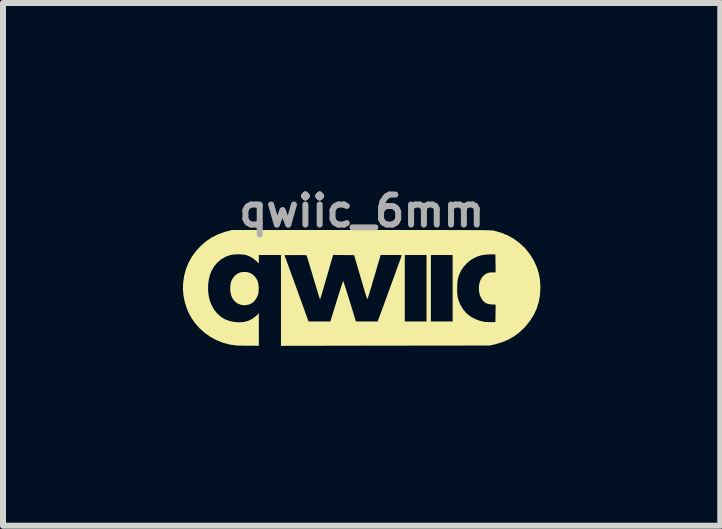
<source format=kicad_pcb>
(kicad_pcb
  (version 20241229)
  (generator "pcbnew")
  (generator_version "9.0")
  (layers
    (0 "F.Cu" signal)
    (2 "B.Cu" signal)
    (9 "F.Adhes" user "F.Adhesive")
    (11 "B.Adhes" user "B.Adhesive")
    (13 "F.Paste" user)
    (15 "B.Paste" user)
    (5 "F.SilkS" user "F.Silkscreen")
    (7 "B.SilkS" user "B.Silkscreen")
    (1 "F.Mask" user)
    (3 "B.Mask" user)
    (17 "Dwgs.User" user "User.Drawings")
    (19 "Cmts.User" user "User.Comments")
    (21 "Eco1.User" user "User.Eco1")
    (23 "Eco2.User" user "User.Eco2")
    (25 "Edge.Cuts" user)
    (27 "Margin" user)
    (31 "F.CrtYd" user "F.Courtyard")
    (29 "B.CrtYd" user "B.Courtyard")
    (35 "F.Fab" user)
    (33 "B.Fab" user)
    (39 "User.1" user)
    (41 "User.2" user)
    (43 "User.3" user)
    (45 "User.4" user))
  (footprint "qwiic_6mm"
    (layer "F.Cu")
    (at 2.983 1.738)
    (property "Reference" "qwiic_6mm" (at 0 -1.27 0) (layer "F.Fab") (effects (font (size 0.5 0.5) (thickness 0.1))))
    (attr board_only exclude_from_pos_files exclude_from_bom)
    (fp_poly (pts (xy -1.903 -0.249) (xy -1.857 -0.234) (xy -1.815 -0.207) (xy -1.804 -0.198) (xy -1.767 -0.156) (xy -1.74 -0.109) (xy -1.724 -0.054) (xy -1.718 0.009) (xy -1.719 0.049) (xy -1.722 0.083) (xy -1.725 0.109) (xy -1.732 0.132) (xy -1.743 0.157) (xy -1.751 0.173) (xy -1.782 0.222) (xy -1.819 0.259) (xy -1.864 0.284) (xy -1.917 0.298) (xy -1.945 0.301) (xy -1.975 0.301) (xy -2.006 0.297) (xy -2.015 0.295) (xy -2.071 0.273) (xy -2.116 0.24) (xy -2.151 0.197) (xy -2.176 0.144) (xy -2.191 0.081) (xy -2.194 0.047) (xy -2.193 -0.023) (xy -2.182 -0.083) (xy -2.159 -0.135) (xy -2.126 -0.181) (xy -2.107 -0.199) (xy -2.066 -0.229) (xy -2.021 -0.247) (xy -1.968 -0.253) (xy -1.957 -0.254)) (stroke (width 0) (type solid)) (fill yes) (layer "F.SilkS"))
    (fp_poly (pts (xy 0.206 -0.953) (xy 0.402 -0.953) (xy 0.584 -0.953) (xy 0.753 -0.953) (xy 0.91 -0.953) (xy 1.055 -0.953) (xy 1.188 -0.953) (xy 1.31 -0.953) (xy 1.422 -0.952) (xy 1.524 -0.952) (xy 1.616 -0.952) (xy 1.699 -0.952) (xy 1.774 -0.952) (xy 1.84 -0.951) (xy 1.9 -0.951) (xy 1.952 -0.95) (xy 1.997 -0.95) (xy 2.037 -0.949) (xy 2.071 -0.949) (xy 2.099 -0.948) (xy 2.124 -0.948) (xy 2.144 -0.947) (xy 2.161 -0.946) (xy 2.175 -0.945) (xy 2.186 -0.944) (xy 2.195 -0.943) (xy 2.202 -0.942) (xy 2.209 -0.94) (xy 2.214 -0.939) (xy 2.332 -0.905) (xy 2.442 -0.858) (xy 2.544 -0.8) (xy 2.637 -0.731) (xy 2.72 -0.652) (xy 2.794 -0.562) (xy 2.858 -0.462) (xy 2.872 -0.436) (xy 2.917 -0.336) (xy 2.95 -0.236) (xy 2.97 -0.132) (xy 2.978 -0.023) (xy 2.978 0.007) (xy 2.972 0.127) (xy 2.952 0.242) (xy 2.92 0.35) (xy 2.873 0.453) (xy 2.814 0.551) (xy 2.74 0.644) (xy 2.709 0.678) (xy 2.627 0.755) (xy 2.541 0.819) (xy 2.448 0.873) (xy 2.347 0.916) (xy 2.236 0.95) (xy 2.204 0.958) (xy 2.134 0.974) (xy 0.393 0.976) (xy -1.348 0.979) (xy -1.348 0.221) (xy -1.348 -0.533) (xy -1.289 -0.533) (xy -1.088 0.02) (xy -0.888 0.572) (xy -0.706 0.572) (xy -0.524 0.572) (xy -0.421 0.237) (xy -0.4 0.17) (xy -0.38 0.108) (xy -0.362 0.051) (xy -0.346 0.001) (xy -0.333 -0.041) (xy -0.322 -0.073) (xy -0.315 -0.095) (xy -0.312 -0.103) (xy -0.312 -0.103) (xy -0.309 -0.098) (xy -0.302 -0.08) (xy -0.292 -0.05) (xy -0.279 -0.011) (xy -0.263 0.037) (xy -0.246 0.093) (xy -0.226 0.155) (xy -0.206 0.221) (xy -0.202 0.232) (xy -0.098 0.572) (xy 0.083 0.572) (xy 0.265 0.572) (xy 0.466 0.023) (xy 0.497 -0.063) (xy 0.527 -0.144) (xy 0.554 -0.22) (xy 0.58 -0.291) (xy 0.603 -0.354) (xy 0.623 -0.409) (xy 0.64 -0.456) (xy 0.653 -0.492) (xy 0.662 -0.517) (xy 0.666 -0.53) (xy 0.667 -0.532) (xy 0.66 -0.533) (xy 0.64 -0.534) (xy 0.61 -0.535) (xy 0.572 -0.536) (xy 0.527 -0.536) (xy 0.491 -0.536) (xy 0.717 -0.536) (xy 0.717 0.018) (xy 0.717 0.572) (xy 0.899 0.572) (xy 1.08 0.572) (xy 1.08 0.018) (xy 1.08 -0.536) (xy 1.152 -0.536) (xy 1.152 0.018) (xy 1.152 0.572) (xy 1.333 0.572) (xy 1.515 0.572) (xy 1.515 0.022) (xy 1.591 0.022) (xy 1.591 0.08) (xy 1.594 0.127) (xy 1.599 0.167) (xy 1.608 0.204) (xy 1.621 0.24) (xy 1.638 0.281) (xy 1.649 0.303) (xy 1.692 0.374) (xy 1.745 0.435) (xy 1.809 0.486) (xy 1.859 0.516) (xy 1.926 0.546) (xy 1.989 0.567) (xy 2.054 0.58) (xy 2.126 0.584) (xy 2.16 0.584) (xy 2.228 0.583) (xy 2.23 0.438) (xy 2.232 0.292) (xy 2.168 0.289) (xy 2.116 0.282) (xy 2.075 0.269) (xy 2.04 0.246) (xy 2.019 0.224) (xy 1.988 0.177) (xy 1.966 0.124) (xy 1.954 0.066) (xy 1.952 0.007) (xy 1.958 -0.051) (xy 1.974 -0.106) (xy 1.998 -0.154) (xy 2.031 -0.193) (xy 2.066 -0.22) (xy 2.103 -0.237) (xy 2.144 -0.245) (xy 2.176 -0.246) (xy 2.232 -0.246) (xy 2.23 -0.397) (xy 2.228 -0.547) (xy 2.138 -0.546) (xy 2.066 -0.542) (xy 2.002 -0.533) (xy 1.943 -0.516) (xy 1.883 -0.49) (xy 1.87 -0.484) (xy 1.811 -0.448) (xy 1.756 -0.402) (xy 1.706 -0.349) (xy 1.665 -0.292) (xy 1.654 -0.271) (xy 1.631 -0.224) (xy 1.614 -0.181) (xy 1.603 -0.138) (xy 1.595 -0.092) (xy 1.592 -0.038) (xy 1.591 0.022) (xy 1.515 0.022) (xy 1.515 0.018) (xy 1.515 -0.536) (xy 1.333 -0.536) (xy 1.152 -0.536) (xy 1.08 -0.536) (xy 0.899 -0.536) (xy 0.717 -0.536) (xy 0.491 -0.536) (xy 0.314 -0.536) (xy 0.211 -0.183) (xy 0.19 -0.113) (xy 0.171 -0.048) (xy 0.153 0.013) (xy 0.136 0.067) (xy 0.123 0.113) (xy 0.111 0.15) (xy 0.103 0.176) (xy 0.099 0.19) (xy 0.098 0.191) (xy 0.097 0.195) (xy 0.095 0.197) (xy 0.093 0.197) (xy 0.09 0.193) (xy 0.086 0.186) (xy 0.082 0.174) (xy 0.075 0.156) (xy 0.068 0.132) (xy 0.058 0.1) (xy 0.046 0.061) (xy 0.031 0.012) (xy 0.014 -0.046) (xy -0.006 -0.115) (xy -0.029 -0.195) (xy -0.056 -0.287) (xy -0.087 -0.392) (xy -0.093 -0.413) (xy -0.128 -0.533) (xy -0.303 -0.535) (xy -0.477 -0.537) (xy -0.495 -0.477) (xy -0.501 -0.457) (xy -0.511 -0.425) (xy -0.523 -0.383) (xy -0.538 -0.332) (xy -0.554 -0.274) (xy -0.572 -0.212) (xy -0.591 -0.146) (xy -0.602 -0.109) (xy -0.621 -0.044) (xy -0.638 0.015) (xy -0.654 0.07) (xy -0.668 0.117) (xy -0.679 0.155) (xy -0.688 0.184) (xy -0.694 0.2) (xy -0.695 0.205) (xy -0.698 0.199) (xy -0.705 0.181) (xy -0.715 0.151) (xy -0.727 0.111) (xy -0.742 0.062) (xy -0.759 0.006) (xy -0.778 -0.057) (xy -0.799 -0.125) (xy -0.808 -0.155) (xy -0.828 -0.225) (xy -0.848 -0.291) (xy -0.866 -0.352) (xy -0.882 -0.406) (xy -0.896 -0.451) (xy -0.907 -0.488) (xy -0.915 -0.513) (xy -0.919 -0.527) (xy -0.92 -0.529) (xy -0.928 -0.531) (xy -0.948 -0.533) (xy -0.98 -0.534) (xy -1.025 -0.535) (xy -1.085 -0.535) (xy -1.107 -0.535) (xy -1.289 -0.533) (xy -1.348 -0.533) (xy -1.348 -0.536) (xy -1.533 -0.536) (xy -1.717 -0.536) (xy -1.717 -0.466) (xy -1.717 -0.395) (xy -1.756 -0.433) (xy -1.812 -0.479) (xy -1.875 -0.515) (xy -1.913 -0.53) (xy -1.95 -0.539) (xy -1.998 -0.545) (xy -2.05 -0.547) (xy -2.103 -0.546) (xy -2.153 -0.542) (xy -2.194 -0.534) (xy -2.195 -0.534) (xy -2.274 -0.505) (xy -2.345 -0.463) (xy -2.408 -0.411) (xy -2.461 -0.347) (xy -2.502 -0.279) (xy -2.529 -0.212) (xy -2.549 -0.136) (xy -2.561 -0.055) (xy -2.564 0.027) (xy -2.56 0.089) (xy -2.552 0.147) (xy -2.542 0.196) (xy -2.529 0.24) (xy -2.511 0.285) (xy -2.495 0.319) (xy -2.454 0.388) (xy -2.403 0.448) (xy -2.344 0.498) (xy -2.283 0.535) (xy -2.204 0.565) (xy -2.121 0.582) (xy -2.045 0.587) (xy -1.966 0.581) (xy -1.893 0.562) (xy -1.828 0.53) (xy -1.77 0.487) (xy -1.76 0.478) (xy -1.717 0.436) (xy -1.717 0.707) (xy -1.717 0.978) (xy -1.893 0.977) (xy -1.944 0.977) (xy -1.992 0.976) (xy -2.033 0.975) (xy -2.067 0.975) (xy -2.09 0.974) (xy -2.098 0.973) (xy -2.212 0.956) (xy -2.322 0.925) (xy -2.427 0.883) (xy -2.527 0.828) (xy -2.619 0.763) (xy -2.703 0.688) (xy -2.778 0.604) (xy -2.842 0.512) (xy -2.895 0.413) (xy -2.914 0.366) (xy -2.95 0.256) (xy -2.973 0.146) (xy -2.983 0.035) (xy -2.979 -0.072) (xy -2.961 -0.192) (xy -2.931 -0.305) (xy -2.887 -0.412) (xy -2.83 -0.512) (xy -2.761 -0.606) (xy -2.683 -0.69) (xy -2.595 -0.766) (xy -2.5 -0.829) (xy -2.399 -0.88) (xy -2.288 -0.92) (xy -2.241 -0.933) (xy -2.163 -0.953) (xy -0.004 -0.953)) (stroke (width 0) (type solid)) (fill yes) (layer "F.SilkS")))
  (gr_rect
    (start -3 -3)
    (end 8.961 5.717)
    (stroke (width 0.1) (type default))
    (fill no)
    (layer "Edge.Cuts")))
</source>
